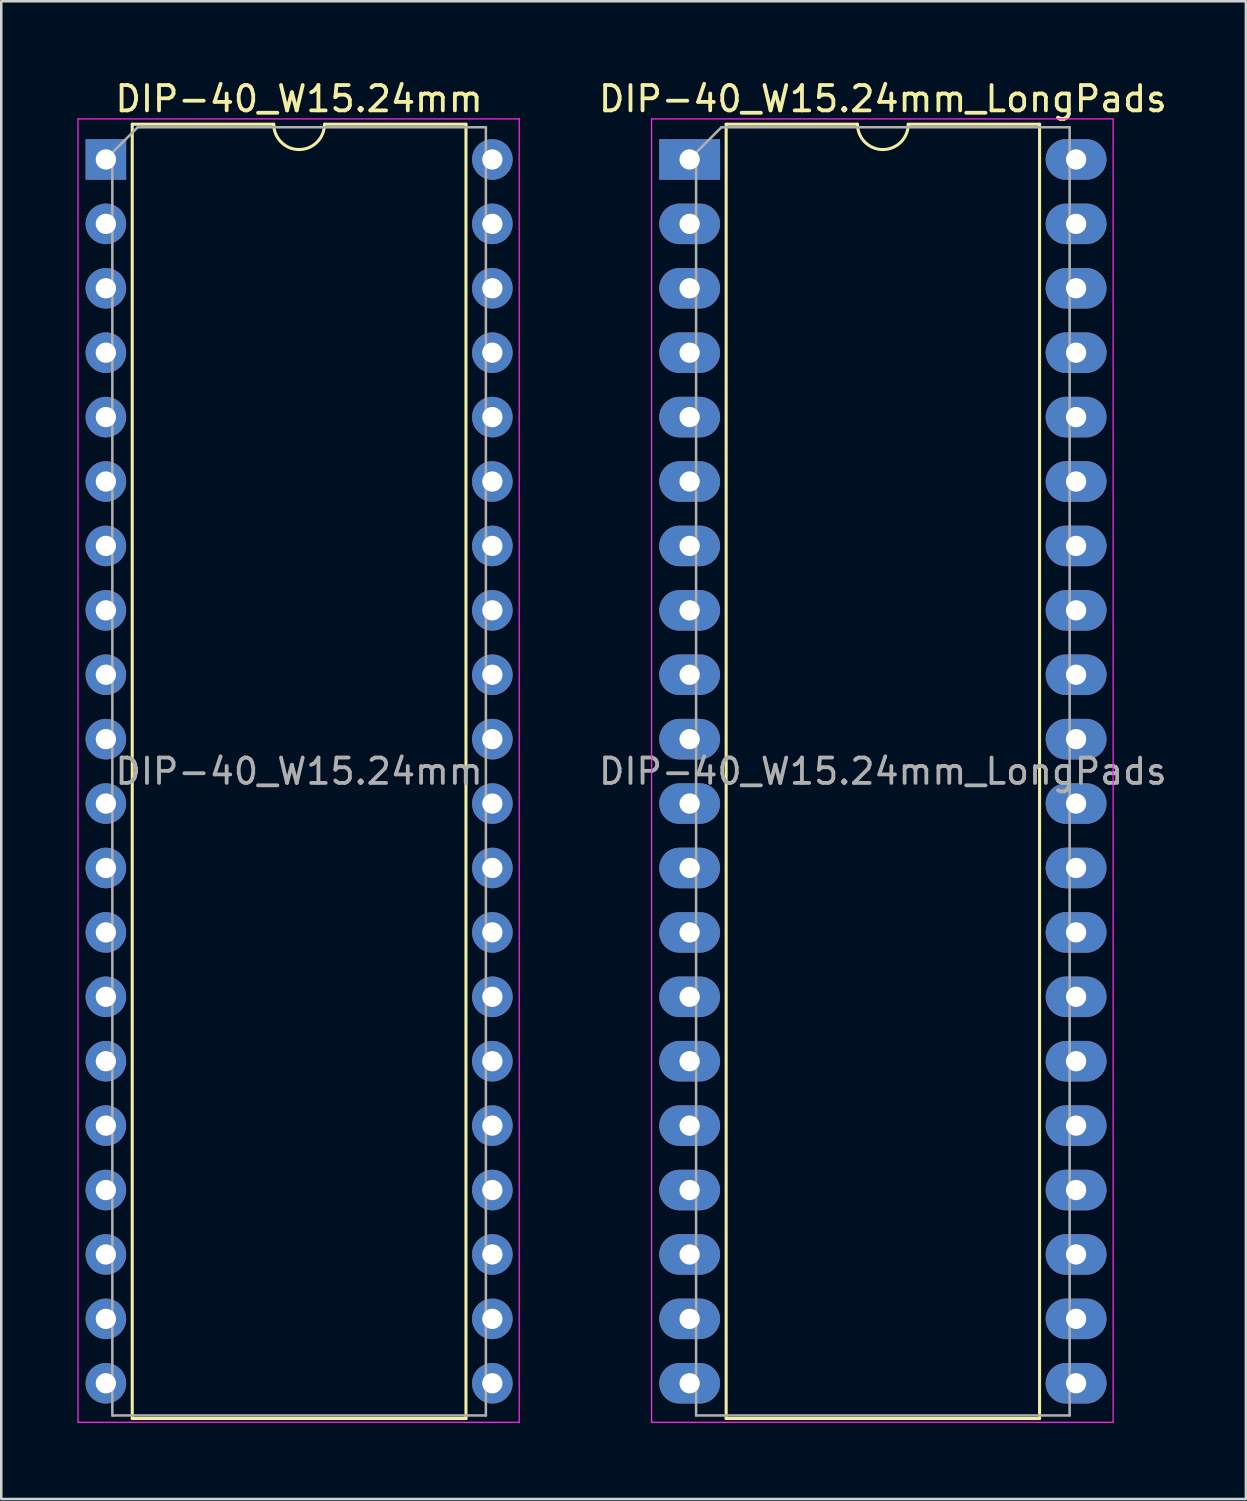
<source format=kicad_pcb>
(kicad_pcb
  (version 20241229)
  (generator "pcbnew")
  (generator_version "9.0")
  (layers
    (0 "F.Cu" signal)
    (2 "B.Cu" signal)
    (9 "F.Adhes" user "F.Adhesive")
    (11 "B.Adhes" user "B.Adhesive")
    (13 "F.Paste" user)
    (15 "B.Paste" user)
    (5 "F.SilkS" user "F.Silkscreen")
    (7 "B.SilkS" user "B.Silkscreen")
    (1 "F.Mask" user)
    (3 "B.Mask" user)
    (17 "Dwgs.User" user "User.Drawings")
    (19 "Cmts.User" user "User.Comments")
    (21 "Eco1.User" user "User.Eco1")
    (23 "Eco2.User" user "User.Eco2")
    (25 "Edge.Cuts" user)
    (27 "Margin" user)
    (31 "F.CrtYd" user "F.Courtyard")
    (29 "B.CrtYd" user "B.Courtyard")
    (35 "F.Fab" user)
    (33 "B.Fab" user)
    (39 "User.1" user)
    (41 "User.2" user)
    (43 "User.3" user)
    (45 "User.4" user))
  (footprint "DIP-40_W15.24mm"
    (layer "F.Cu")
    (at 1.125 3.238)
    (property "Reference" "DIP-40_W15.24mm" (at 7.62 -2.39 0) (layer "F.SilkS") (effects (font (size 1 1) (thickness 0.15))))
    (attr through_hole)
    (fp_line (start 1.04 -1.39) (end 1.04 49.65) (stroke (width 0.12) (type solid)) (layer "F.SilkS"))
    (fp_line (start 1.04 49.65) (end 14.2 49.65) (stroke (width 0.12) (type solid)) (layer "F.SilkS"))
    (fp_line (start 6.62 -1.39) (end 1.04 -1.39) (stroke (width 0.12) (type solid)) (layer "F.SilkS"))
    (fp_line (start 14.2 -1.39) (end 8.62 -1.39) (stroke (width 0.12) (type solid)) (layer "F.SilkS"))
    (fp_line (start 14.2 49.65) (end 14.2 -1.39) (stroke (width 0.12) (type solid)) (layer "F.SilkS"))
    (fp_arc (start 8.62 -1.39) (mid 7.62 -0.39) (end 6.62 -1.39) (stroke (width 0.12) (type solid)) (layer "F.SilkS"))
    (fp_line (start -1.1 -1.6) (end -1.1 49.8) (stroke (width 0.05) (type solid)) (layer "F.CrtYd"))
    (fp_line (start -1.1 49.8) (end 16.3 49.8) (stroke (width 0.05) (type solid)) (layer "F.CrtYd"))
    (fp_line (start 16.3 -1.6) (end -1.1 -1.6) (stroke (width 0.05) (type solid)) (layer "F.CrtYd"))
    (fp_line (start 16.3 49.8) (end 16.3 -1.6) (stroke (width 0.05) (type solid)) (layer "F.CrtYd"))
    (fp_line (start 0.255 -0.27) (end 1.255 -1.27) (stroke (width 0.1) (type solid)) (layer "F.Fab"))
    (fp_line (start 0.255 49.53) (end 0.255 -0.27) (stroke (width 0.1) (type solid)) (layer "F.Fab"))
    (fp_line (start 1.255 -1.27) (end 14.985 -1.27) (stroke (width 0.1) (type solid)) (layer "F.Fab"))
    (fp_line (start 14.985 -1.27) (end 14.985 49.53) (stroke (width 0.1) (type solid)) (layer "F.Fab"))
    (fp_line (start 14.985 49.53) (end 0.255 49.53) (stroke (width 0.1) (type solid)) (layer "F.Fab"))
    (fp_text user "${REFERENCE}" (at 7.62 24.13 0) (layer "F.Fab") (effects (font (size 1 1) (thickness 0.15))))
    (pad "1" thru_hole rect (at 0 0) (size 1.6 1.6) (drill 0.8) (layers "*.Cu" "*.Mask"))
    (pad "2" thru_hole oval (at 0 2.54) (size 1.6 1.6) (drill 0.8) (layers "*.Cu" "*.Mask"))
    (pad "3" thru_hole oval (at 0 5.08) (size 1.6 1.6) (drill 0.8) (layers "*.Cu" "*.Mask"))
    (pad "4" thru_hole oval (at 0 7.62) (size 1.6 1.6) (drill 0.8) (layers "*.Cu" "*.Mask"))
    (pad "5" thru_hole oval (at 0 10.16) (size 1.6 1.6) (drill 0.8) (layers "*.Cu" "*.Mask"))
    (pad "6" thru_hole oval (at 0 12.7) (size 1.6 1.6) (drill 0.8) (layers "*.Cu" "*.Mask"))
    (pad "7" thru_hole oval (at 0 15.24) (size 1.6 1.6) (drill 0.8) (layers "*.Cu" "*.Mask"))
    (pad "8" thru_hole oval (at 0 17.78) (size 1.6 1.6) (drill 0.8) (layers "*.Cu" "*.Mask"))
    (pad "9" thru_hole oval (at 0 20.32) (size 1.6 1.6) (drill 0.8) (layers "*.Cu" "*.Mask"))
    (pad "10" thru_hole oval (at 0 22.86) (size 1.6 1.6) (drill 0.8) (layers "*.Cu" "*.Mask"))
    (pad "11" thru_hole oval (at 0 25.4) (size 1.6 1.6) (drill 0.8) (layers "*.Cu" "*.Mask"))
    (pad "12" thru_hole oval (at 0 27.94) (size 1.6 1.6) (drill 0.8) (layers "*.Cu" "*.Mask"))
    (pad "13" thru_hole oval (at 0 30.48) (size 1.6 1.6) (drill 0.8) (layers "*.Cu" "*.Mask"))
    (pad "14" thru_hole oval (at 0 33.02) (size 1.6 1.6) (drill 0.8) (layers "*.Cu" "*.Mask"))
    (pad "15" thru_hole oval (at 0 35.56) (size 1.6 1.6) (drill 0.8) (layers "*.Cu" "*.Mask"))
    (pad "16" thru_hole oval (at 0 38.1) (size 1.6 1.6) (drill 0.8) (layers "*.Cu" "*.Mask"))
    (pad "17" thru_hole oval (at 0 40.64) (size 1.6 1.6) (drill 0.8) (layers "*.Cu" "*.Mask"))
    (pad "18" thru_hole oval (at 0 43.18) (size 1.6 1.6) (drill 0.8) (layers "*.Cu" "*.Mask"))
    (pad "19" thru_hole oval (at 0 45.72) (size 1.6 1.6) (drill 0.8) (layers "*.Cu" "*.Mask"))
    (pad "20" thru_hole oval (at 0 48.26) (size 1.6 1.6) (drill 0.8) (layers "*.Cu" "*.Mask"))
    (pad "21" thru_hole oval (at 15.24 48.26) (size 1.6 1.6) (drill 0.8) (layers "*.Cu" "*.Mask"))
    (pad "22" thru_hole oval (at 15.24 45.72) (size 1.6 1.6) (drill 0.8) (layers "*.Cu" "*.Mask"))
    (pad "23" thru_hole oval (at 15.24 43.18) (size 1.6 1.6) (drill 0.8) (layers "*.Cu" "*.Mask"))
    (pad "24" thru_hole oval (at 15.24 40.64) (size 1.6 1.6) (drill 0.8) (layers "*.Cu" "*.Mask"))
    (pad "25" thru_hole oval (at 15.24 38.1) (size 1.6 1.6) (drill 0.8) (layers "*.Cu" "*.Mask"))
    (pad "26" thru_hole oval (at 15.24 35.56) (size 1.6 1.6) (drill 0.8) (layers "*.Cu" "*.Mask"))
    (pad "27" thru_hole oval (at 15.24 33.02) (size 1.6 1.6) (drill 0.8) (layers "*.Cu" "*.Mask"))
    (pad "28" thru_hole oval (at 15.24 30.48) (size 1.6 1.6) (drill 0.8) (layers "*.Cu" "*.Mask"))
    (pad "29" thru_hole oval (at 15.24 27.94) (size 1.6 1.6) (drill 0.8) (layers "*.Cu" "*.Mask"))
    (pad "30" thru_hole oval (at 15.24 25.4) (size 1.6 1.6) (drill 0.8) (layers "*.Cu" "*.Mask"))
    (pad "31" thru_hole oval (at 15.24 22.86) (size 1.6 1.6) (drill 0.8) (layers "*.Cu" "*.Mask"))
    (pad "32" thru_hole oval (at 15.24 20.32) (size 1.6 1.6) (drill 0.8) (layers "*.Cu" "*.Mask"))
    (pad "33" thru_hole oval (at 15.24 17.78) (size 1.6 1.6) (drill 0.8) (layers "*.Cu" "*.Mask"))
    (pad "34" thru_hole oval (at 15.24 15.24) (size 1.6 1.6) (drill 0.8) (layers "*.Cu" "*.Mask"))
    (pad "35" thru_hole oval (at 15.24 12.7) (size 1.6 1.6) (drill 0.8) (layers "*.Cu" "*.Mask"))
    (pad "36" thru_hole oval (at 15.24 10.16) (size 1.6 1.6) (drill 0.8) (layers "*.Cu" "*.Mask"))
    (pad "37" thru_hole oval (at 15.24 7.62) (size 1.6 1.6) (drill 0.8) (layers "*.Cu" "*.Mask"))
    (pad "38" thru_hole oval (at 15.24 5.08) (size 1.6 1.6) (drill 0.8) (layers "*.Cu" "*.Mask"))
    (pad "39" thru_hole oval (at 15.24 2.54) (size 1.6 1.6) (drill 0.8) (layers "*.Cu" "*.Mask"))
    (pad "40" thru_hole oval (at 15.24 0) (size 1.6 1.6) (drill 0.8) (layers "*.Cu" "*.Mask")))
  (footprint "DIP-40_W15.24mm_LongPads"
    (layer "F.Cu")
    (at 24.145 3.238)
    (property "Reference" "DIP-40_W15.24mm_LongPads" (at 7.62 -2.39 0) (layer "F.SilkS") (effects (font (size 1 1) (thickness 0.15))))
    (attr through_hole)
    (fp_line (start 1.44 -1.39) (end 1.44 49.65) (stroke (width 0.12) (type solid)) (layer "F.SilkS"))
    (fp_line (start 1.44 49.65) (end 13.8 49.65) (stroke (width 0.12) (type solid)) (layer "F.SilkS"))
    (fp_line (start 6.62 -1.39) (end 1.44 -1.39) (stroke (width 0.12) (type solid)) (layer "F.SilkS"))
    (fp_line (start 13.8 -1.39) (end 8.62 -1.39) (stroke (width 0.12) (type solid)) (layer "F.SilkS"))
    (fp_line (start 13.8 49.65) (end 13.8 -1.39) (stroke (width 0.12) (type solid)) (layer "F.SilkS"))
    (fp_arc (start 8.62 -1.39) (mid 7.62 -0.39) (end 6.62 -1.39) (stroke (width 0.12) (type solid)) (layer "F.SilkS"))
    (fp_line (start -1.5 -1.6) (end -1.5 49.8) (stroke (width 0.05) (type solid)) (layer "F.CrtYd"))
    (fp_line (start -1.5 49.8) (end 16.7 49.8) (stroke (width 0.05) (type solid)) (layer "F.CrtYd"))
    (fp_line (start 16.7 -1.6) (end -1.5 -1.6) (stroke (width 0.05) (type solid)) (layer "F.CrtYd"))
    (fp_line (start 16.7 49.8) (end 16.7 -1.6) (stroke (width 0.05) (type solid)) (layer "F.CrtYd"))
    (fp_line (start 0.255 -0.27) (end 1.255 -1.27) (stroke (width 0.1) (type solid)) (layer "F.Fab"))
    (fp_line (start 0.255 49.53) (end 0.255 -0.27) (stroke (width 0.1) (type solid)) (layer "F.Fab"))
    (fp_line (start 1.255 -1.27) (end 14.985 -1.27) (stroke (width 0.1) (type solid)) (layer "F.Fab"))
    (fp_line (start 14.985 -1.27) (end 14.985 49.53) (stroke (width 0.1) (type solid)) (layer "F.Fab"))
    (fp_line (start 14.985 49.53) (end 0.255 49.53) (stroke (width 0.1) (type solid)) (layer "F.Fab"))
    (fp_text user "${REFERENCE}" (at 7.62 24.13 0) (layer "F.Fab") (effects (font (size 1 1) (thickness 0.15))))
    (pad "1" thru_hole rect (at 0 0) (size 2.4 1.6) (drill 0.8) (layers "*.Cu" "*.Mask"))
    (pad "2" thru_hole oval (at 0 2.54) (size 2.4 1.6) (drill 0.8) (layers "*.Cu" "*.Mask"))
    (pad "3" thru_hole oval (at 0 5.08) (size 2.4 1.6) (drill 0.8) (layers "*.Cu" "*.Mask"))
    (pad "4" thru_hole oval (at 0 7.62) (size 2.4 1.6) (drill 0.8) (layers "*.Cu" "*.Mask"))
    (pad "5" thru_hole oval (at 0 10.16) (size 2.4 1.6) (drill 0.8) (layers "*.Cu" "*.Mask"))
    (pad "6" thru_hole oval (at 0 12.7) (size 2.4 1.6) (drill 0.8) (layers "*.Cu" "*.Mask"))
    (pad "7" thru_hole oval (at 0 15.24) (size 2.4 1.6) (drill 0.8) (layers "*.Cu" "*.Mask"))
    (pad "8" thru_hole oval (at 0 17.78) (size 2.4 1.6) (drill 0.8) (layers "*.Cu" "*.Mask"))
    (pad "9" thru_hole oval (at 0 20.32) (size 2.4 1.6) (drill 0.8) (layers "*.Cu" "*.Mask"))
    (pad "10" thru_hole oval (at 0 22.86) (size 2.4 1.6) (drill 0.8) (layers "*.Cu" "*.Mask"))
    (pad "11" thru_hole oval (at 0 25.4) (size 2.4 1.6) (drill 0.8) (layers "*.Cu" "*.Mask"))
    (pad "12" thru_hole oval (at 0 27.94) (size 2.4 1.6) (drill 0.8) (layers "*.Cu" "*.Mask"))
    (pad "13" thru_hole oval (at 0 30.48) (size 2.4 1.6) (drill 0.8) (layers "*.Cu" "*.Mask"))
    (pad "14" thru_hole oval (at 0 33.02) (size 2.4 1.6) (drill 0.8) (layers "*.Cu" "*.Mask"))
    (pad "15" thru_hole oval (at 0 35.56) (size 2.4 1.6) (drill 0.8) (layers "*.Cu" "*.Mask"))
    (pad "16" thru_hole oval (at 0 38.1) (size 2.4 1.6) (drill 0.8) (layers "*.Cu" "*.Mask"))
    (pad "17" thru_hole oval (at 0 40.64) (size 2.4 1.6) (drill 0.8) (layers "*.Cu" "*.Mask"))
    (pad "18" thru_hole oval (at 0 43.18) (size 2.4 1.6) (drill 0.8) (layers "*.Cu" "*.Mask"))
    (pad "19" thru_hole oval (at 0 45.72) (size 2.4 1.6) (drill 0.8) (layers "*.Cu" "*.Mask"))
    (pad "20" thru_hole oval (at 0 48.26) (size 2.4 1.6) (drill 0.8) (layers "*.Cu" "*.Mask"))
    (pad "21" thru_hole oval (at 15.24 48.26) (size 2.4 1.6) (drill 0.8) (layers "*.Cu" "*.Mask"))
    (pad "22" thru_hole oval (at 15.24 45.72) (size 2.4 1.6) (drill 0.8) (layers "*.Cu" "*.Mask"))
    (pad "23" thru_hole oval (at 15.24 43.18) (size 2.4 1.6) (drill 0.8) (layers "*.Cu" "*.Mask"))
    (pad "24" thru_hole oval (at 15.24 40.64) (size 2.4 1.6) (drill 0.8) (layers "*.Cu" "*.Mask"))
    (pad "25" thru_hole oval (at 15.24 38.1) (size 2.4 1.6) (drill 0.8) (layers "*.Cu" "*.Mask"))
    (pad "26" thru_hole oval (at 15.24 35.56) (size 2.4 1.6) (drill 0.8) (layers "*.Cu" "*.Mask"))
    (pad "27" thru_hole oval (at 15.24 33.02) (size 2.4 1.6) (drill 0.8) (layers "*.Cu" "*.Mask"))
    (pad "28" thru_hole oval (at 15.24 30.48) (size 2.4 1.6) (drill 0.8) (layers "*.Cu" "*.Mask"))
    (pad "29" thru_hole oval (at 15.24 27.94) (size 2.4 1.6) (drill 0.8) (layers "*.Cu" "*.Mask"))
    (pad "30" thru_hole oval (at 15.24 25.4) (size 2.4 1.6) (drill 0.8) (layers "*.Cu" "*.Mask"))
    (pad "31" thru_hole oval (at 15.24 22.86) (size 2.4 1.6) (drill 0.8) (layers "*.Cu" "*.Mask"))
    (pad "32" thru_hole oval (at 15.24 20.32) (size 2.4 1.6) (drill 0.8) (layers "*.Cu" "*.Mask"))
    (pad "33" thru_hole oval (at 15.24 17.78) (size 2.4 1.6) (drill 0.8) (layers "*.Cu" "*.Mask"))
    (pad "34" thru_hole oval (at 15.24 15.24) (size 2.4 1.6) (drill 0.8) (layers "*.Cu" "*.Mask"))
    (pad "35" thru_hole oval (at 15.24 12.7) (size 2.4 1.6) (drill 0.8) (layers "*.Cu" "*.Mask"))
    (pad "36" thru_hole oval (at 15.24 10.16) (size 2.4 1.6) (drill 0.8) (layers "*.Cu" "*.Mask"))
    (pad "37" thru_hole oval (at 15.24 7.62) (size 2.4 1.6) (drill 0.8) (layers "*.Cu" "*.Mask"))
    (pad "38" thru_hole oval (at 15.24 5.08) (size 2.4 1.6) (drill 0.8) (layers "*.Cu" "*.Mask"))
    (pad "39" thru_hole oval (at 15.24 2.54) (size 2.4 1.6) (drill 0.8) (layers "*.Cu" "*.Mask"))
    (pad "40" thru_hole oval (at 15.24 0) (size 2.4 1.6) (drill 0.8) (layers "*.Cu" "*.Mask")))
  (gr_rect
    (start -3 -3)
    (end 46.081 56.063)
    (stroke (width 0.1) (type default))
    (fill no)
    (layer "Edge.Cuts")))
</source>
